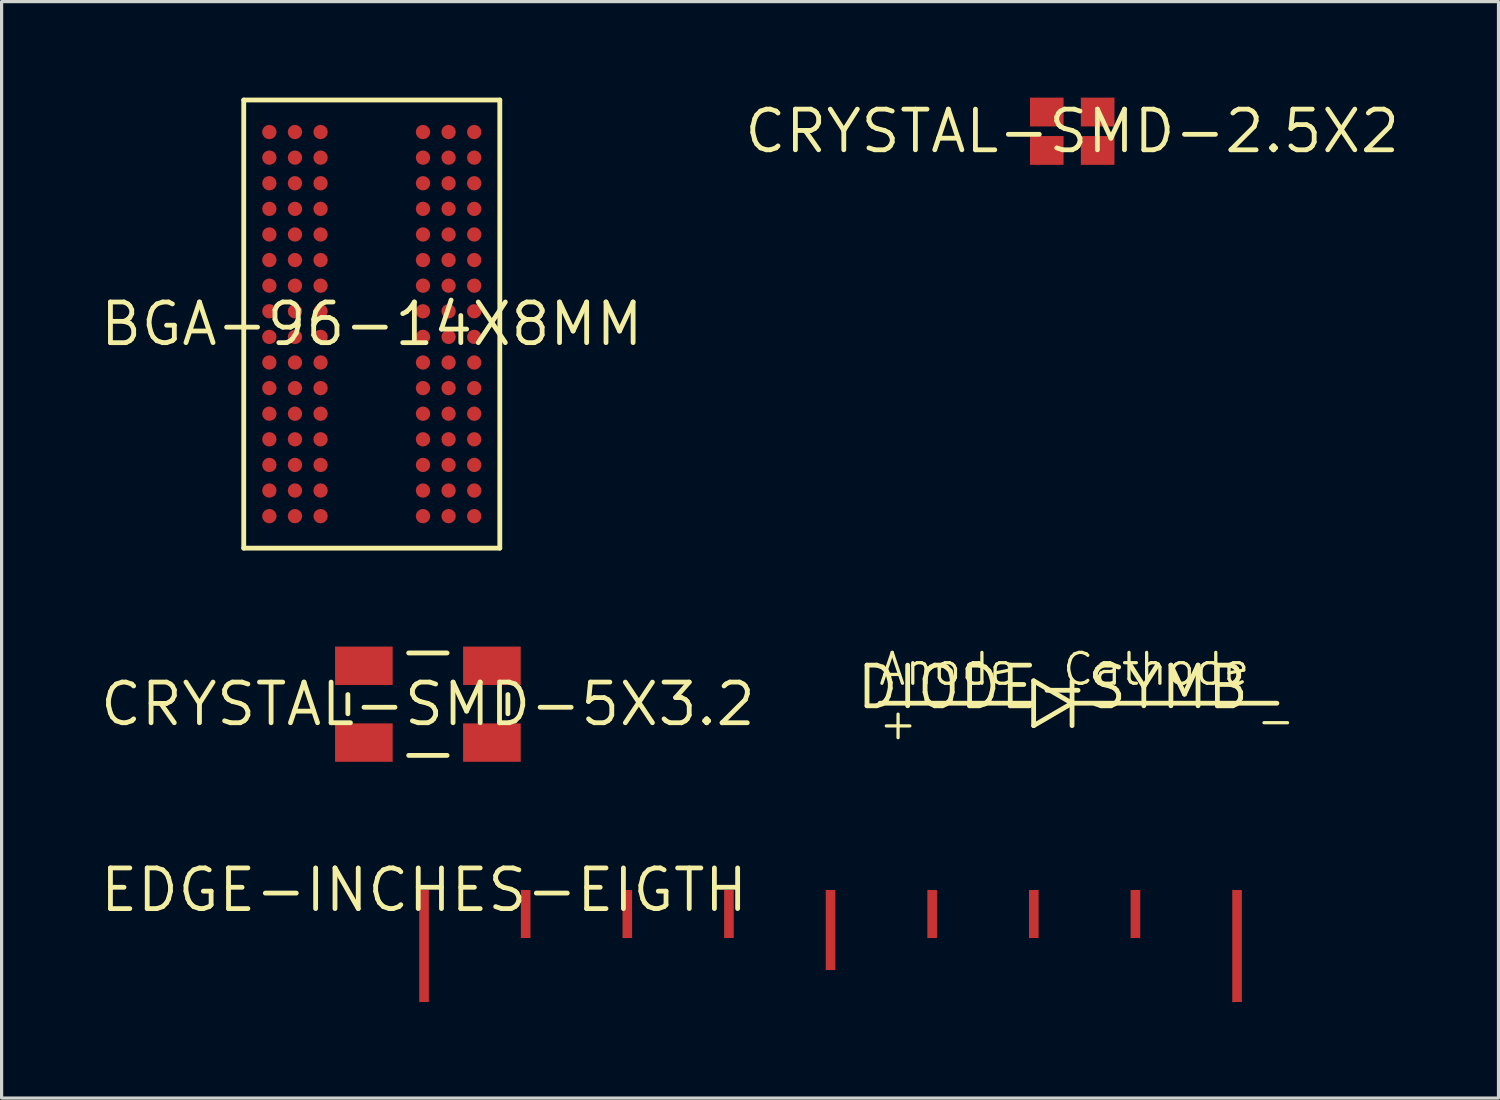
<source format=kicad_pcb>
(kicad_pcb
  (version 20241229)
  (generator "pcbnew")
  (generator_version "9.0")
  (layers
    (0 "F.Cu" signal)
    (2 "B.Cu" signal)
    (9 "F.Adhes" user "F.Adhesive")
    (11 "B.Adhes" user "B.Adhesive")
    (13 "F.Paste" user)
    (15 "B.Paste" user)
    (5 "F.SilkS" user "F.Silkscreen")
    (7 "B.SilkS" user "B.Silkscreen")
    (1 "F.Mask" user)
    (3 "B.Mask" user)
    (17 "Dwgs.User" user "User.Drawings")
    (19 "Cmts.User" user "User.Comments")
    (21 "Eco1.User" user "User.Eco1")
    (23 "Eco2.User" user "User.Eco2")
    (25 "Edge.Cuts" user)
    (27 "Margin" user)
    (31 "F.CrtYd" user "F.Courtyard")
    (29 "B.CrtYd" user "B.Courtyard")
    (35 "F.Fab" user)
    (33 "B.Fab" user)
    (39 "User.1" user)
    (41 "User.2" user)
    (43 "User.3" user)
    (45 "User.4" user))
  (footprint "BGA-96-14X8MM"
    (layer "F.Cu")
    (at 8.565 7.075)
    (property "Reference" "BGA-96-14X8MM" (at 0 0 0) (layer "F.SilkS") (effects (font (size 1.27 1.27) (thickness 0.15))))
    (attr through_hole)
    (fp_line (start -4 -7) (end 4 -7) (stroke (width 0.15) (type solid)) (layer "F.SilkS"))
    (fp_line (start -4 7) (end -4 -7) (stroke (width 0.15) (type solid)) (layer "F.SilkS"))
    (fp_line (start 4 -7) (end 4 7) (stroke (width 0.15) (type solid)) (layer "F.SilkS"))
    (fp_line (start 4 7) (end -4 7) (stroke (width 0.15) (type solid)) (layer "F.SilkS"))
    (pad "P$1" smd roundrect (at 1.6 -6) (size 0.45 0.45) (layers "F.Cu" "F.Mask" "F.Paste") (roundrect_rratio 0.5))
    (pad "P$2" smd roundrect (at 2.4 -6) (size 0.45 0.45) (layers "F.Cu" "F.Mask" "F.Paste") (roundrect_rratio 0.5))
    (pad "P$3" smd roundrect (at 3.2 -6) (size 0.45 0.45) (layers "F.Cu" "F.Mask" "F.Paste") (roundrect_rratio 0.5))
    (pad "P$4" smd roundrect (at 1.6 -5.2) (size 0.45 0.45) (layers "F.Cu" "F.Mask" "F.Paste") (roundrect_rratio 0.5))
    (pad "P$5" smd roundrect (at 2.4 -5.2) (size 0.45 0.45) (layers "F.Cu" "F.Mask" "F.Paste") (roundrect_rratio 0.5))
    (pad "P$6" smd roundrect (at 3.2 -5.2) (size 0.45 0.45) (layers "F.Cu" "F.Mask" "F.Paste") (roundrect_rratio 0.5))
    (pad "P$7" smd roundrect (at 1.6 -4.4) (size 0.45 0.45) (layers "F.Cu" "F.Mask" "F.Paste") (roundrect_rratio 0.5))
    (pad "P$8" smd roundrect (at 2.4 -4.4) (size 0.45 0.45) (layers "F.Cu" "F.Mask" "F.Paste") (roundrect_rratio 0.5))
    (pad "P$9" smd roundrect (at 3.2 -4.4) (size 0.45 0.45) (layers "F.Cu" "F.Mask" "F.Paste") (roundrect_rratio 0.5))
    (pad "P$10" smd roundrect (at 1.6 -3.6) (size 0.45 0.45) (layers "F.Cu" "F.Mask" "F.Paste") (roundrect_rratio 0.5))
    (pad "P$11" smd roundrect (at 2.4 -3.6) (size 0.45 0.45) (layers "F.Cu" "F.Mask" "F.Paste") (roundrect_rratio 0.5))
    (pad "P$12" smd roundrect (at 3.2 -3.6) (size 0.45 0.45) (layers "F.Cu" "F.Mask" "F.Paste") (roundrect_rratio 0.5))
    (pad "P$13" smd roundrect (at 1.6 -2.8) (size 0.45 0.45) (layers "F.Cu" "F.Mask" "F.Paste") (roundrect_rratio 0.5))
    (pad "P$14" smd roundrect (at 2.4 -2.8) (size 0.45 0.45) (layers "F.Cu" "F.Mask" "F.Paste") (roundrect_rratio 0.5))
    (pad "P$15" smd roundrect (at 3.2 -2.8) (size 0.45 0.45) (layers "F.Cu" "F.Mask" "F.Paste") (roundrect_rratio 0.5))
    (pad "P$16" smd roundrect (at 1.6 -2) (size 0.45 0.45) (layers "F.Cu" "F.Mask" "F.Paste") (roundrect_rratio 0.5))
    (pad "P$17" smd roundrect (at 2.4 -2) (size 0.45 0.45) (layers "F.Cu" "F.Mask" "F.Paste") (roundrect_rratio 0.5))
    (pad "P$18" smd roundrect (at 3.2 -2) (size 0.45 0.45) (layers "F.Cu" "F.Mask" "F.Paste") (roundrect_rratio 0.5))
    (pad "P$19" smd roundrect (at 1.6 -1.2) (size 0.45 0.45) (layers "F.Cu" "F.Mask" "F.Paste") (roundrect_rratio 0.5))
    (pad "P$20" smd roundrect (at 2.4 -1.2) (size 0.45 0.45) (layers "F.Cu" "F.Mask" "F.Paste") (roundrect_rratio 0.5))
    (pad "P$21" smd roundrect (at 3.2 -1.2) (size 0.45 0.45) (layers "F.Cu" "F.Mask" "F.Paste") (roundrect_rratio 0.5))
    (pad "P$22" smd roundrect (at 1.6 -0.4) (size 0.45 0.45) (layers "F.Cu" "F.Mask" "F.Paste") (roundrect_rratio 0.5))
    (pad "P$23" smd roundrect (at 2.4 -0.4) (size 0.45 0.45) (layers "F.Cu" "F.Mask" "F.Paste") (roundrect_rratio 0.5))
    (pad "P$24" smd roundrect (at 3.2 -0.4) (size 0.45 0.45) (layers "F.Cu" "F.Mask" "F.Paste") (roundrect_rratio 0.5))
    (pad "P$25" smd roundrect (at 1.6 0.4) (size 0.45 0.45) (layers "F.Cu" "F.Mask" "F.Paste") (roundrect_rratio 0.5))
    (pad "P$26" smd roundrect (at 2.4 0.4) (size 0.45 0.45) (layers "F.Cu" "F.Mask" "F.Paste") (roundrect_rratio 0.5))
    (pad "P$27" smd roundrect (at 3.2 0.4) (size 0.45 0.45) (layers "F.Cu" "F.Mask" "F.Paste") (roundrect_rratio 0.5))
    (pad "P$28" smd roundrect (at 1.6 1.2) (size 0.45 0.45) (layers "F.Cu" "F.Mask" "F.Paste") (roundrect_rratio 0.5))
    (pad "P$29" smd roundrect (at 2.4 1.2) (size 0.45 0.45) (layers "F.Cu" "F.Mask" "F.Paste") (roundrect_rratio 0.5))
    (pad "P$30" smd roundrect (at 3.2 1.2) (size 0.45 0.45) (layers "F.Cu" "F.Mask" "F.Paste") (roundrect_rratio 0.5))
    (pad "P$31" smd roundrect (at 1.6 2) (size 0.45 0.45) (layers "F.Cu" "F.Mask" "F.Paste") (roundrect_rratio 0.5))
    (pad "P$32" smd roundrect (at 2.4 2) (size 0.45 0.45) (layers "F.Cu" "F.Mask" "F.Paste") (roundrect_rratio 0.5))
    (pad "P$33" smd roundrect (at 3.2 2) (size 0.45 0.45) (layers "F.Cu" "F.Mask" "F.Paste") (roundrect_rratio 0.5))
    (pad "P$34" smd roundrect (at 1.6 2.8) (size 0.45 0.45) (layers "F.Cu" "F.Mask" "F.Paste") (roundrect_rratio 0.5))
    (pad "P$35" smd roundrect (at 2.4 2.8) (size 0.45 0.45) (layers "F.Cu" "F.Mask" "F.Paste") (roundrect_rratio 0.5))
    (pad "P$36" smd roundrect (at 3.2 2.8) (size 0.45 0.45) (layers "F.Cu" "F.Mask" "F.Paste") (roundrect_rratio 0.5))
    (pad "P$37" smd roundrect (at 1.6 3.6) (size 0.45 0.45) (layers "F.Cu" "F.Mask" "F.Paste") (roundrect_rratio 0.5))
    (pad "P$38" smd roundrect (at 2.4 3.6) (size 0.45 0.45) (layers "F.Cu" "F.Mask" "F.Paste") (roundrect_rratio 0.5))
    (pad "P$39" smd roundrect (at 3.2 3.6) (size 0.45 0.45) (layers "F.Cu" "F.Mask" "F.Paste") (roundrect_rratio 0.5))
    (pad "P$40" smd roundrect (at 1.6 4.4) (size 0.45 0.45) (layers "F.Cu" "F.Mask" "F.Paste") (roundrect_rratio 0.5))
    (pad "P$41" smd roundrect (at 2.4 4.4) (size 0.45 0.45) (layers "F.Cu" "F.Mask" "F.Paste") (roundrect_rratio 0.5))
    (pad "P$42" smd roundrect (at 3.2 4.4) (size 0.45 0.45) (layers "F.Cu" "F.Mask" "F.Paste") (roundrect_rratio 0.5))
    (pad "P$43" smd roundrect (at 1.6 5.2) (size 0.45 0.45) (layers "F.Cu" "F.Mask" "F.Paste") (roundrect_rratio 0.5))
    (pad "P$44" smd roundrect (at 2.4 5.2) (size 0.45 0.45) (layers "F.Cu" "F.Mask" "F.Paste") (roundrect_rratio 0.5))
    (pad "P$45" smd roundrect (at 3.2 5.2) (size 0.45 0.45) (layers "F.Cu" "F.Mask" "F.Paste") (roundrect_rratio 0.5))
    (pad "P$46" smd roundrect (at 1.6 6) (size 0.45 0.45) (layers "F.Cu" "F.Mask" "F.Paste") (roundrect_rratio 0.5))
    (pad "P$47" smd roundrect (at 2.4 6) (size 0.45 0.45) (layers "F.Cu" "F.Mask" "F.Paste") (roundrect_rratio 0.5))
    (pad "P$48" smd roundrect (at 3.2 6) (size 0.45 0.45) (layers "F.Cu" "F.Mask" "F.Paste") (roundrect_rratio 0.5))
    (pad "P$49" smd roundrect (at -3.2 -6) (size 0.45 0.45) (layers "F.Cu" "F.Mask" "F.Paste") (roundrect_rratio 0.5))
    (pad "P$50" smd roundrect (at -2.4 -6) (size 0.45 0.45) (layers "F.Cu" "F.Mask" "F.Paste") (roundrect_rratio 0.5))
    (pad "P$51" smd roundrect (at -1.6 -6) (size 0.45 0.45) (layers "F.Cu" "F.Mask" "F.Paste") (roundrect_rratio 0.5))
    (pad "P$52" smd roundrect (at -3.2 -5.2) (size 0.45 0.45) (layers "F.Cu" "F.Mask" "F.Paste") (roundrect_rratio 0.5))
    (pad "P$53" smd roundrect (at -2.4 -5.2) (size 0.45 0.45) (layers "F.Cu" "F.Mask" "F.Paste") (roundrect_rratio 0.5))
    (pad "P$54" smd roundrect (at -1.6 -5.2) (size 0.45 0.45) (layers "F.Cu" "F.Mask" "F.Paste") (roundrect_rratio 0.5))
    (pad "P$55" smd roundrect (at -3.2 -4.4) (size 0.45 0.45) (layers "F.Cu" "F.Mask" "F.Paste") (roundrect_rratio 0.5))
    (pad "P$56" smd roundrect (at -2.4 -4.4) (size 0.45 0.45) (layers "F.Cu" "F.Mask" "F.Paste") (roundrect_rratio 0.5))
    (pad "P$57" smd roundrect (at -1.6 -4.4) (size 0.45 0.45) (layers "F.Cu" "F.Mask" "F.Paste") (roundrect_rratio 0.5))
    (pad "P$58" smd roundrect (at -3.2 -3.6) (size 0.45 0.45) (layers "F.Cu" "F.Mask" "F.Paste") (roundrect_rratio 0.5))
    (pad "P$59" smd roundrect (at -2.4 -3.6) (size 0.45 0.45) (layers "F.Cu" "F.Mask" "F.Paste") (roundrect_rratio 0.5))
    (pad "P$60" smd roundrect (at -1.6 -3.6) (size 0.45 0.45) (layers "F.Cu" "F.Mask" "F.Paste") (roundrect_rratio 0.5))
    (pad "P$61" smd roundrect (at -3.2 -2.8) (size 0.45 0.45) (layers "F.Cu" "F.Mask" "F.Paste") (roundrect_rratio 0.5))
    (pad "P$62" smd roundrect (at -2.4 -2.8) (size 0.45 0.45) (layers "F.Cu" "F.Mask" "F.Paste") (roundrect_rratio 0.5))
    (pad "P$63" smd roundrect (at -1.6 -2.8) (size 0.45 0.45) (layers "F.Cu" "F.Mask" "F.Paste") (roundrect_rratio 0.5))
    (pad "P$64" smd roundrect (at -3.2 -2) (size 0.45 0.45) (layers "F.Cu" "F.Mask" "F.Paste") (roundrect_rratio 0.5))
    (pad "P$65" smd roundrect (at -2.4 -2) (size 0.45 0.45) (layers "F.Cu" "F.Mask" "F.Paste") (roundrect_rratio 0.5))
    (pad "P$66" smd roundrect (at -1.6 -2) (size 0.45 0.45) (layers "F.Cu" "F.Mask" "F.Paste") (roundrect_rratio 0.5))
    (pad "P$67" smd roundrect (at -3.2 -1.2) (size 0.45 0.45) (layers "F.Cu" "F.Mask" "F.Paste") (roundrect_rratio 0.5))
    (pad "P$68" smd roundrect (at -2.4 -1.2) (size 0.45 0.45) (layers "F.Cu" "F.Mask" "F.Paste") (roundrect_rratio 0.5))
    (pad "P$69" smd roundrect (at -1.6 -1.2) (size 0.45 0.45) (layers "F.Cu" "F.Mask" "F.Paste") (roundrect_rratio 0.5))
    (pad "P$70" smd roundrect (at -3.2 -0.4) (size 0.45 0.45) (layers "F.Cu" "F.Mask" "F.Paste") (roundrect_rratio 0.5))
    (pad "P$71" smd roundrect (at -2.4 -0.4) (size 0.45 0.45) (layers "F.Cu" "F.Mask" "F.Paste") (roundrect_rratio 0.5))
    (pad "P$72" smd roundrect (at -1.6 -0.4) (size 0.45 0.45) (layers "F.Cu" "F.Mask" "F.Paste") (roundrect_rratio 0.5))
    (pad "P$73" smd roundrect (at -3.2 0.4) (size 0.45 0.45) (layers "F.Cu" "F.Mask" "F.Paste") (roundrect_rratio 0.5))
    (pad "P$74" smd roundrect (at -2.4 0.4) (size 0.45 0.45) (layers "F.Cu" "F.Mask" "F.Paste") (roundrect_rratio 0.5))
    (pad "P$75" smd roundrect (at -1.6 0.4) (size 0.45 0.45) (layers "F.Cu" "F.Mask" "F.Paste") (roundrect_rratio 0.5))
    (pad "P$76" smd roundrect (at -3.2 1.2) (size 0.45 0.45) (layers "F.Cu" "F.Mask" "F.Paste") (roundrect_rratio 0.5))
    (pad "P$77" smd roundrect (at -2.4 1.2) (size 0.45 0.45) (layers "F.Cu" "F.Mask" "F.Paste") (roundrect_rratio 0.5))
    (pad "P$78" smd roundrect (at -1.6 1.2) (size 0.45 0.45) (layers "F.Cu" "F.Mask" "F.Paste") (roundrect_rratio 0.5))
    (pad "P$79" smd roundrect (at -3.2 2) (size 0.45 0.45) (layers "F.Cu" "F.Mask" "F.Paste") (roundrect_rratio 0.5))
    (pad "P$80" smd roundrect (at -2.4 2) (size 0.45 0.45) (layers "F.Cu" "F.Mask" "F.Paste") (roundrect_rratio 0.5))
    (pad "P$81" smd roundrect (at -1.6 2) (size 0.45 0.45) (layers "F.Cu" "F.Mask" "F.Paste") (roundrect_rratio 0.5))
    (pad "P$82" smd roundrect (at -3.2 2.8) (size 0.45 0.45) (layers "F.Cu" "F.Mask" "F.Paste") (roundrect_rratio 0.5))
    (pad "P$83" smd roundrect (at -2.4 2.8) (size 0.45 0.45) (layers "F.Cu" "F.Mask" "F.Paste") (roundrect_rratio 0.5))
    (pad "P$84" smd roundrect (at -1.6 2.8) (size 0.45 0.45) (layers "F.Cu" "F.Mask" "F.Paste") (roundrect_rratio 0.5))
    (pad "P$85" smd roundrect (at -3.2 3.6) (size 0.45 0.45) (layers "F.Cu" "F.Mask" "F.Paste") (roundrect_rratio 0.5))
    (pad "P$86" smd roundrect (at -2.4 3.6) (size 0.45 0.45) (layers "F.Cu" "F.Mask" "F.Paste") (roundrect_rratio 0.5))
    (pad "P$87" smd roundrect (at -1.6 3.6) (size 0.45 0.45) (layers "F.Cu" "F.Mask" "F.Paste") (roundrect_rratio 0.5))
    (pad "P$88" smd roundrect (at -3.2 4.4) (size 0.45 0.45) (layers "F.Cu" "F.Mask" "F.Paste") (roundrect_rratio 0.5))
    (pad "P$89" smd roundrect (at -2.4 4.4) (size 0.45 0.45) (layers "F.Cu" "F.Mask" "F.Paste") (roundrect_rratio 0.5))
    (pad "P$90" smd roundrect (at -1.6 4.4) (size 0.45 0.45) (layers "F.Cu" "F.Mask" "F.Paste") (roundrect_rratio 0.5))
    (pad "P$91" smd roundrect (at -3.2 5.2) (size 0.45 0.45) (layers "F.Cu" "F.Mask" "F.Paste") (roundrect_rratio 0.5))
    (pad "P$92" smd roundrect (at -2.4 5.2) (size 0.45 0.45) (layers "F.Cu" "F.Mask" "F.Paste") (roundrect_rratio 0.5))
    (pad "P$93" smd roundrect (at -1.6 5.2) (size 0.45 0.45) (layers "F.Cu" "F.Mask" "F.Paste") (roundrect_rratio 0.5))
    (pad "P$94" smd roundrect (at -3.2 6) (size 0.45 0.45) (layers "F.Cu" "F.Mask" "F.Paste") (roundrect_rratio 0.5))
    (pad "P$95" smd roundrect (at -2.4 6) (size 0.45 0.45) (layers "F.Cu" "F.Mask" "F.Paste") (roundrect_rratio 0.5))
    (pad "P$96" smd roundrect (at -1.6 6) (size 0.45 0.45) (layers "F.Cu" "F.Mask" "F.Paste") (roundrect_rratio 0.5)))
  (footprint "EDGE-INCHES-EIGTH"
    (layer "F.Cu")
    (at 10.198 24.756)
    (property "Reference" "EDGE-INCHES-EIGTH" (at 0 0 0) (layer "F.SilkS") (effects (font (size 1.27 1.27) (thickness 0.15))))
    (attr through_hole)
    (fp_poly (pts (xy -0.15 3.5) (xy 0.15 3.5) (xy 0.15 0) (xy -0.15 0)) (stroke (width 0) (type solid)) (fill yes) (layer "F.Cu"))
    (fp_poly (pts (xy 3.025 1.5) (xy 3.325 1.5) (xy 3.325 0) (xy 3.025 0)) (stroke (width 0) (type solid)) (fill yes) (layer "F.Cu"))
    (fp_poly (pts (xy 6.2 1.5) (xy 6.5 1.5) (xy 6.5 0) (xy 6.2 0)) (stroke (width 0) (type solid)) (fill yes) (layer "F.Cu"))
    (fp_poly (pts (xy 9.375 1.5) (xy 9.675 1.5) (xy 9.675 0) (xy 9.375 0)) (stroke (width 0) (type solid)) (fill yes) (layer "F.Cu"))
    (fp_poly (pts (xy 12.55 2.5) (xy 12.85 2.5) (xy 12.85 0) (xy 12.55 0)) (stroke (width 0) (type solid)) (fill yes) (layer "F.Cu"))
    (fp_poly (pts (xy 15.725 1.5) (xy 16.025 1.5) (xy 16.025 0) (xy 15.725 0)) (stroke (width 0) (type solid)) (fill yes) (layer "F.Cu"))
    (fp_poly (pts (xy 18.9 1.5) (xy 19.2 1.5) (xy 19.2 0) (xy 18.9 0)) (stroke (width 0) (type solid)) (fill yes) (layer "F.Cu"))
    (fp_poly (pts (xy 22.075 1.5) (xy 22.375 1.5) (xy 22.375 0) (xy 22.075 0)) (stroke (width 0) (type solid)) (fill yes) (layer "F.Cu"))
    (fp_poly (pts (xy 25.25 3.5) (xy 25.55 3.5) (xy 25.55 0) (xy 25.25 0)) (stroke (width 0) (type solid)) (fill yes) (layer "F.Cu"))
    (fp_poly (pts (xy -0.15 3.5) (xy 0.15 3.5) (xy 0.15 0) (xy -0.15 0)) (stroke (width 0) (type solid)) (fill yes) (layer "F.Mask"))
    (fp_poly (pts (xy 3.025 1.5) (xy 3.325 1.5) (xy 3.325 0) (xy 3.025 0)) (stroke (width 0) (type solid)) (fill yes) (layer "F.Mask"))
    (fp_poly (pts (xy 6.2 1.5) (xy 6.5 1.5) (xy 6.5 0) (xy 6.2 0)) (stroke (width 0) (type solid)) (fill yes) (layer "F.Mask"))
    (fp_poly (pts (xy 9.375 1.5) (xy 9.675 1.5) (xy 9.675 0) (xy 9.375 0)) (stroke (width 0) (type solid)) (fill yes) (layer "F.Mask"))
    (fp_poly (pts (xy 12.55 2.5) (xy 12.85 2.5) (xy 12.85 0) (xy 12.55 0)) (stroke (width 0) (type solid)) (fill yes) (layer "F.Mask"))
    (fp_poly (pts (xy 15.725 1.5) (xy 16.025 1.5) (xy 16.025 0) (xy 15.725 0)) (stroke (width 0) (type solid)) (fill yes) (layer "F.Mask"))
    (fp_poly (pts (xy 18.9 1.5) (xy 19.2 1.5) (xy 19.2 0) (xy 18.9 0)) (stroke (width 0) (type solid)) (fill yes) (layer "F.Mask"))
    (fp_poly (pts (xy 22.075 1.5) (xy 22.375 1.5) (xy 22.375 0) (xy 22.075 0)) (stroke (width 0) (type solid)) (fill yes) (layer "F.Mask"))
    (fp_poly (pts (xy 25.25 3.5) (xy 25.55 3.5) (xy 25.55 0) (xy 25.25 0)) (stroke (width 0) (type solid)) (fill yes) (layer "F.Mask")))
  (footprint "CRYSTAL-SMD-5X3.2"
    (layer "F.Cu")
    (at 10.318 18.95)
    (property "Reference" "CRYSTAL-SMD-5X3.2" (at 0 0 0) (layer "F.SilkS") (effects (font (size 1.27 1.27) (thickness 0.15))))
    (attr through_hole)
    (fp_line (start -2.5 -0.3) (end -2.5 0.3) (stroke (width 0.15) (type solid)) (layer "F.SilkS"))
    (fp_line (start -0.6 -1.6) (end 0.6 -1.6) (stroke (width 0.15) (type solid)) (layer "F.SilkS"))
    (fp_line (start 0.6 1.6) (end -0.6 1.6) (stroke (width 0.15) (type solid)) (layer "F.SilkS"))
    (fp_line (start 2.5 -0.3) (end 2.5 0.3) (stroke (width 0.15) (type solid)) (layer "F.SilkS"))
    (pad "1" smd rect (at -2 1.2) (size 1.8 1.2) (layers "F.Cu" "F.Mask" "F.Paste"))
    (pad "2" smd rect (at 2 1.2) (size 1.8 1.2) (layers "F.Cu" "F.Mask" "F.Paste"))
    (pad "3" smd rect (at 2 -1.2) (size 1.8 1.2) (layers "F.Cu" "F.Mask" "F.Paste"))
    (pad "4" smd rect (at -2 -1.2) (size 1.8 1.2) (layers "F.Cu" "F.Mask" "F.Paste")))
  (footprint "CRYSTAL-SMD-2.5X2"
    (layer "F.Cu")
    (at 30.448 1.05)
    (property "Reference" "CRYSTAL-SMD-2.5X2" (at 0 0 0) (layer "F.SilkS") (effects (font (size 1.27 1.27) (thickness 0.15))))
    (attr through_hole)
    (pad "1" smd rect (at -0.795 0.6) (size 1.05 0.9) (layers "F.Cu" "F.Mask" "F.Paste"))
    (pad "2" smd rect (at 0.795 0.6) (size 1.05 0.9) (layers "F.Cu" "F.Mask" "F.Paste"))
    (pad "3" smd rect (at 0.795 -0.6) (size 1.05 0.9) (layers "F.Cu" "F.Mask" "F.Paste"))
    (pad "4" smd rect (at -0.795 -0.6) (size 1.05 0.9) (layers "F.Cu" "F.Mask" "F.Paste")))
  (footprint "DIODE-SYMB"
    (layer "F.Cu")
    (at 29.843 18.42)
    (property "Reference" "DIODE-SYMB" (at 0 0 0) (layer "F.SilkS") (effects (font (size 1.27 1.27) (thickness 0.15))))
    (attr through_hole)
    (fp_line (start -0.6 -0.2) (end -0.6 0.5) (stroke (width 0.15) (type solid)) (layer "F.SilkS"))
    (fp_line (start -0.6 0.5) (end -5.4 0.5) (stroke (width 0.15) (type solid)) (layer "F.SilkS"))
    (fp_line (start -0.6 0.5) (end -0.6 1.2) (stroke (width 0.15) (type solid)) (layer "F.SilkS"))
    (fp_line (start -0.6 1.2) (end 0.6 0.5) (stroke (width 0.15) (type solid)) (layer "F.SilkS"))
    (fp_line (start 0.6 -0.2) (end 0.6 0.5) (stroke (width 0.15) (type solid)) (layer "F.SilkS"))
    (fp_line (start 0.6 0.5) (end -0.6 -0.2) (stroke (width 0.15) (type solid)) (layer "F.SilkS"))
    (fp_line (start 0.6 0.5) (end 0.6 1.2) (stroke (width 0.15) (type solid)) (layer "F.SilkS"))
    (fp_line (start 0.6 0.5) (end 7 0.5) (stroke (width 0.15) (type solid)) (layer "F.SilkS"))
    (fp_text user "+" (at -5.5 1.7 0) (layer "F.SilkS") (effects (font (size 0.965 0.965) (thickness 0.102)) (justify left bottom)))
    (fp_text user "-" (at 6.3 1.6 0) (layer "F.SilkS") (effects (font (size 0.965 0.965) (thickness 0.102)) (justify left bottom)))
    (fp_text user "Anode  Cathode" (at -5.5 0 0) (layer "F.SilkS") (effects (font (size 0.965 0.965) (thickness 0.102)) (justify left bottom))))
  (gr_rect
    (start -3 -3)
    (end 43.766 31.256)
    (stroke (width 0.1) (type default))
    (fill no)
    (layer "Edge.Cuts")))
</source>
